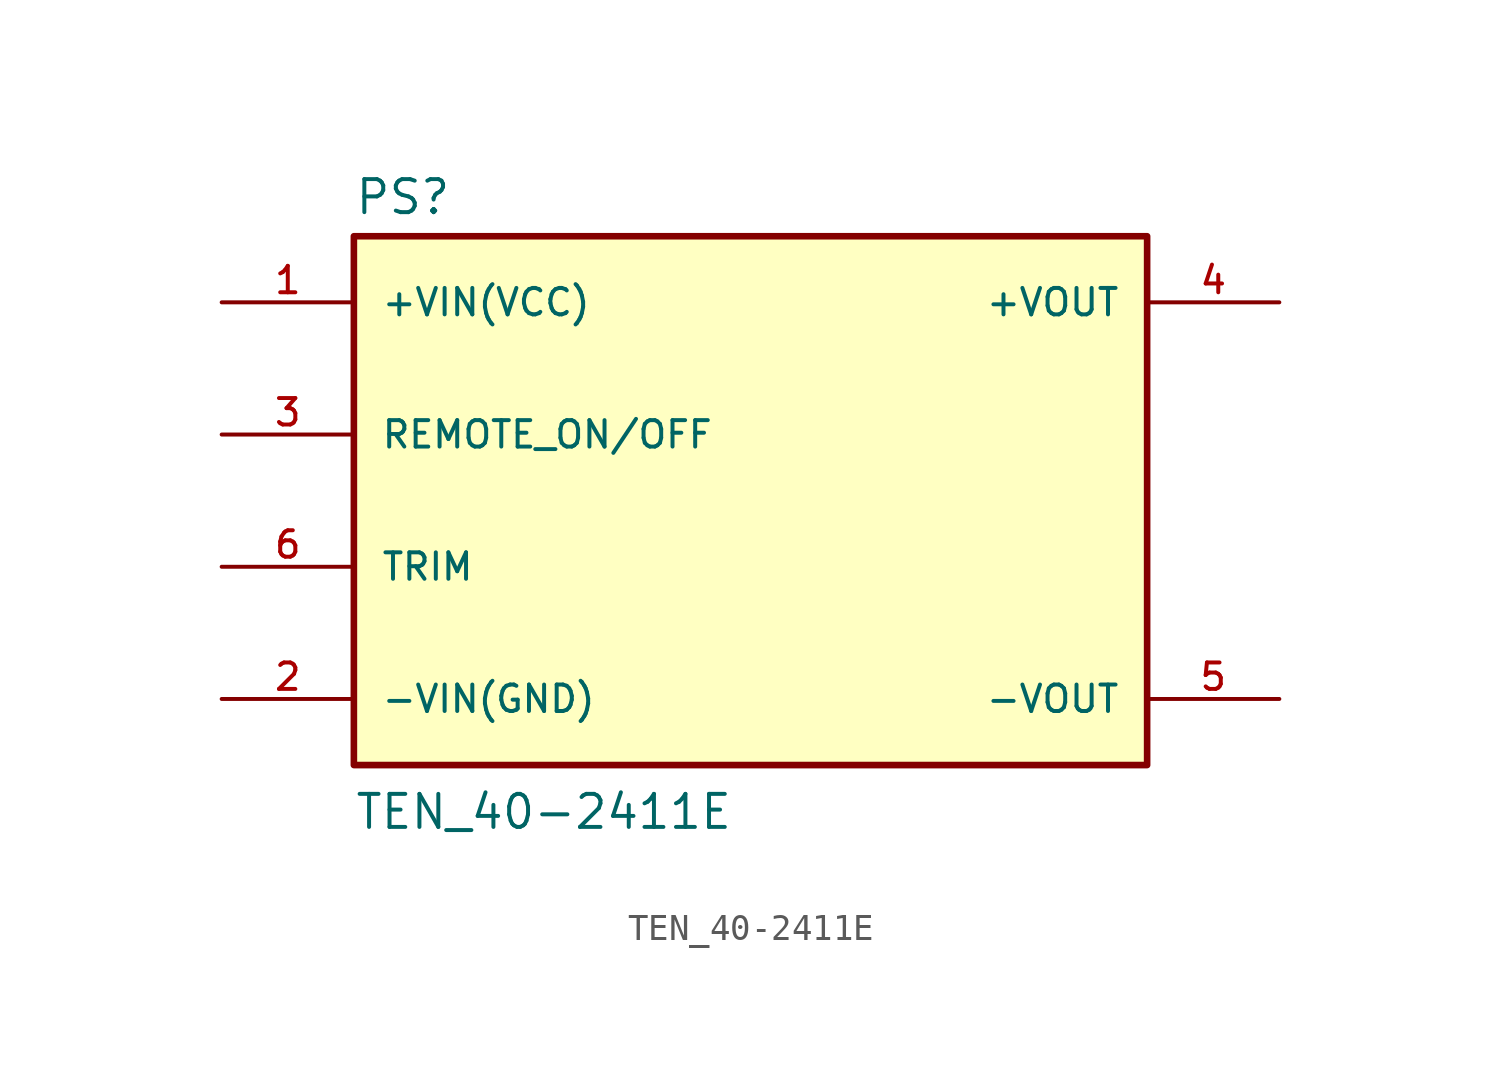
<source format=kicad_sym>
(kicad_symbol_lib
  (version 20211014)
  (generator kicad_symbol_editor)
  (symbol "TEN_40-2411E"
    (pin_names
      (offset 1.016))
    (property "Reference" "PS"
      (at -15.24 10.922 0)
      (effects (font (size 1.27 1.27)) (justify bottom left)))
    (property "Value" "TEN_40-2411E"
      (at -15.24 -12.7 0)
      (effects (font (size 1.27 1.27)) (justify bottom left)))
    (symbol "TEN_40-2411E_0_0"
      (rectangle (start -15.24 -10.16) (end 15.24 10.16) (stroke (width 0.254)) (fill (type background)))
      (pin input line (at -20.32 7.62 0) (length 5.08) (name "+VIN(VCC)" (effects (font (size 1.016 1.016)))) (number "1" (effects (font (size 1.016 1.016)))))
      (pin input line (at -20.32 -7.62 0) (length 5.08) (name "-VIN(GND)" (effects (font (size 1.016 1.016)))) (number "2" (effects (font (size 1.016 1.016)))))
      (pin output line (at 20.32 7.62 180.0) (length 5.08) (name "+VOUT" (effects (font (size 1.016 1.016)))) (number "4" (effects (font (size 1.016 1.016)))))
      (pin output line (at 20.32 -7.62 180.0) (length 5.08) (name "-VOUT" (effects (font (size 1.016 1.016)))) (number "5" (effects (font (size 1.016 1.016)))))
      (pin input line (at -20.32 -2.54 0) (length 5.08) (name "TRIM" (effects (font (size 1.016 1.016)))) (number "6" (effects (font (size 1.016 1.016)))))
      (pin input line (at -20.32 2.54 0) (length 5.08) (name "REMOTE_ON/OFF" (effects (font (size 1.016 1.016)))) (number "3" (effects (font (size 1.016 1.016))))))))
</source>
